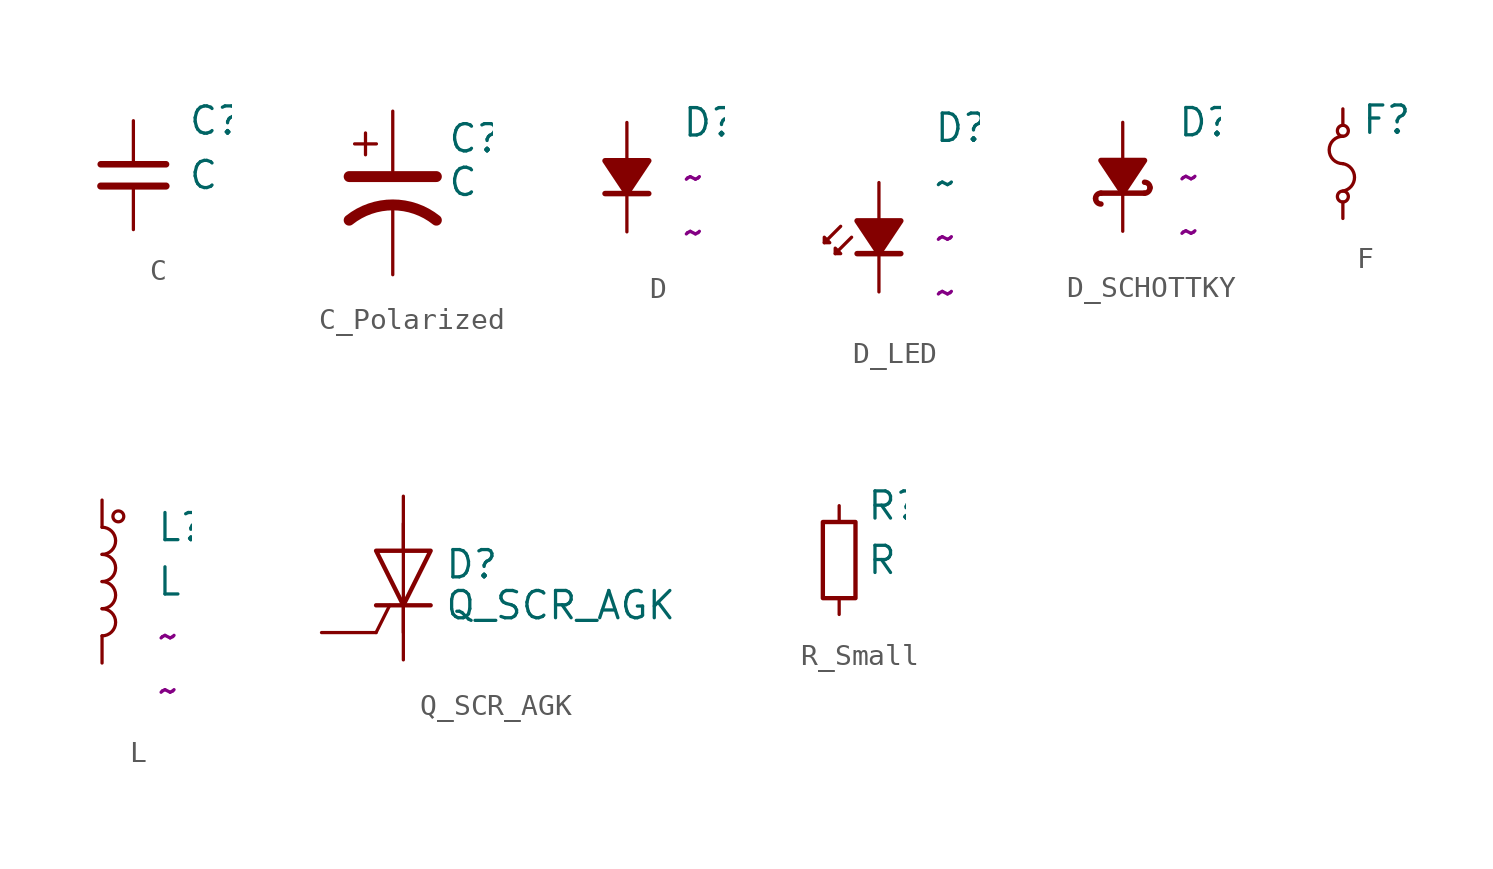
<source format=kicad_sym>
(kicad_symbol_lib
  (version 20231120)
  (generator "kicad_symbol_editor")
  (generator_version "8.0")
  (symbol "C"
    (pin_numbers hide)
    (pin_names
      (offset 0) hide)
    (property "Reference" "C"
      (at 2.54 2.54 0)
      (effects (font (size 1.27 1.27)) (justify left)))
    (property "Value" "C"
      (at 2.54 0 0)
      (effects (font (size 1.27 1.27)) (justify left)))
    (symbol "C_0_1"
      (polyline (pts (xy -1.524 -0.508) (xy 1.524 -0.508)) (stroke (width 0.33) (type default)) (fill (type none)))
      (polyline (pts (xy -1.524 0.508) (xy 1.524 0.508)) (stroke (width 0.305) (type default)) (fill (type none))))
    (symbol "C_1_1"
      (pin passive line (at 0 2.54 270) (length 2.032) (name "~" (effects (font (size 1.27 1.27)))) (number "1" (effects (font (size 1.27 1.27)))))
      (pin passive line (at 0 -2.54 90) (length 2.032) (name "~" (effects (font (size 1.27 1.27)))) (number "2" (effects (font (size 1.27 1.27)))))))
  (symbol "C_Polarized"
    (pin_numbers hide)
    (pin_names
      (offset 0) hide)
    (property "Reference" "C"
      (at 2.54 2.54 0)
      (effects (font (size 1.27 1.27)) (justify left)))
    (property "Value" "C"
      (at 2.54 0.508 0)
      (effects (font (size 1.27 1.27)) (justify left)))
    (property "Manufacturer" ""
      (at 0 0 0)
      (effects (font (size 1.27 1.27)) (justify left)))
    (property "Manufacturer Part Number" ""
      (at 0 0 0)
      (effects (font (size 1.27 1.27)) (justify left)))
    (symbol "C_Polarized_0_1"
      (polyline (pts (xy -2.032 0.762) (xy 2.032 0.762)) (stroke (width 0.508) (type default)) (fill (type none)))
      (polyline (pts (xy -1.778 2.286) (xy -0.762 2.286)) (stroke (width 0) (type default)) (fill (type none)))
      (polyline (pts (xy -1.27 1.778) (xy -1.27 2.794)) (stroke (width 0) (type default)) (fill (type none)))
      (arc (start 2.032 -1.27) (mid 0 -0.5572) (end -2.032 -1.27) (stroke (width 0.508) (type default)) (fill (type none))))
    (symbol "C_Polarized_1_1"
      (pin passive line (at 0 3.81 270) (length 2.794) (name "~" (effects (font (size 1.27 1.27)))) (number "1" (effects (font (size 1.27 1.27)))))
      (pin passive line (at 0 -3.81 90) (length 3.302) (name "~" (effects (font (size 1.27 1.27)))) (number "2" (effects (font (size 1.27 1.27)))))))
  (symbol "D"
    (pin_numbers hide)
    (pin_names
      (offset 0) hide)
    (property "Reference" "D"
      (at 2.54 2.54 0)
      (effects (font (size 1.27 1.27)) (justify left)))
    (property "Manufacturer" "~"
      (at 2.54 -2.54 0)
      (effects (font (size 1.27 1.27)) (justify left)))
    (property "Manufacturer Part Number" "~"
      (at 2.54 0 0)
      (effects (font (size 1.27 1.27)) (justify left)))
    (symbol "D_0_1"
      (polyline (pts (xy 1.016 -0.762) (xy -1.016 -0.762)) (stroke (width 0.254) (type default)) (fill (type none)))
      (polyline (pts (xy 1.016 0.762) (xy 0 -0.762) (xy -1.016 0.762) (xy 1.016 0.762)) (stroke (width 0.254) (type default)) (fill (type outline))))
    (symbol "D_1_1"
      (pin passive line (at 0 -2.54 90) (length 1.778) (name "K" (effects (font (size 1.27 1.27)))) (number "1" (effects (font (size 1.27 1.27)))))
      (pin passive line (at 0 2.54 270) (length 1.778) (name "A" (effects (font (size 1.27 1.27)))) (number "2" (effects (font (size 1.27 1.27)))))))
  (symbol "D_LED"
    (pin_numbers hide)
    (pin_names
      (offset 0) hide)
    (property "Reference" "D"
      (at 2.54 5.08 0)
      (effects (font (size 1.27 1.27)) (justify left)))
    (property "Value" "~"
      (at 2.54 2.54 0)
      (effects (font (size 1.27 1.27)) (justify left)))
    (property "Manufacturer" "~"
      (at 2.54 -2.54 0)
      (effects (font (size 1.27 1.27)) (justify left)))
    (property "Manufacturer Part Number" "~"
      (at 2.54 0 0)
      (effects (font (size 1.27 1.27)) (justify left)))
    (symbol "D_LED_0_1"
      (polyline (pts (xy -1.778 0.508) (xy -2.54 -0.254)) (stroke (width 0) (type default)) (fill (type none)))
      (polyline (pts (xy -1.27 0) (xy -2.032 -0.762)) (stroke (width 0) (type default)) (fill (type none)))
      (polyline (pts (xy 1.016 -0.762) (xy -1.016 -0.762)) (stroke (width 0.254) (type default)) (fill (type none)))
      (polyline (pts (xy -2.54 -0.254) (xy -2.54 0) (xy -2.286 -0.254) (xy -2.54 -0.254)) (stroke (width 0) (type default)) (fill (type none)))
      (polyline (pts (xy -2.032 -0.762) (xy -2.032 -0.508) (xy -1.778 -0.762) (xy -2.032 -0.762)) (stroke (width 0) (type default)) (fill (type none)))
      (polyline (pts (xy 1.016 0.762) (xy 0 -0.762) (xy -1.016 0.762) (xy 1.016 0.762)) (stroke (width 0.254) (type default)) (fill (type outline))))
    (symbol "D_LED_1_1"
      (pin passive line (at 0 -2.54 90) (length 1.778) (name "K" (effects (font (size 1.27 1.27)))) (number "1" (effects (font (size 1.27 1.27)))))
      (pin passive line (at 0 2.54 270) (length 1.778) (name "A" (effects (font (size 1.27 1.27)))) (number "2" (effects (font (size 1.27 1.27)))))))
  (symbol "D_SCHOTTKY"
    (pin_numbers hide)
    (pin_names
      (offset 0) hide)
    (property "Reference" "D"
      (at 2.54 2.54 0)
      (effects (font (size 1.27 1.27)) (justify left)))
    (property "Manufacturer" "~"
      (at 2.54 -2.54 0)
      (effects (font (size 1.27 1.27)) (justify left)))
    (property "Manufacturer Part Number" "~"
      (at 2.54 0 0)
      (effects (font (size 1.27 1.27)) (justify left)))
    (symbol "D_SCHOTTKY_0_1"
      (polyline (pts (xy 1.016 -0.762) (xy -1.016 -0.762)) (stroke (width 0.254) (type default)) (fill (type none)))
      (polyline (pts (xy 1.016 0.762) (xy 0 -0.762) (xy -1.016 0.762) (xy 1.016 0.762)) (stroke (width 0.254) (type default)) (fill (type outline))))
    (symbol "D_SCHOTTKY_1_1"
      (arc (start -1.27 -1.016) (mid -1.1956 -1.1956) (end -1.016 -1.27) (stroke (width 0.254) (type default)) (fill (type none)))
      (arc (start -1.016 -0.762) (mid -1.1956 -0.8364) (end -1.27 -1.016) (stroke (width 0.254) (type default)) (fill (type none)))
      (arc (start 1.016 -0.762) (mid 1.1956 -0.6876) (end 1.27 -0.508) (stroke (width 0.254) (type default)) (fill (type none)))
      (arc (start 1.27 -0.508) (mid 1.1956 -0.3284) (end 1.016 -0.254) (stroke (width 0.254) (type default)) (fill (type none)))
      (pin passive line (at 0 -2.54 90) (length 1.778) (name "K" (effects (font (size 1.27 1.27)))) (number "1" (effects (font (size 1.27 1.27)))))
      (pin passive line (at 0 2.54 270) (length 1.778) (name "A" (effects (font (size 1.27 1.27)))) (number "2" (effects (font (size 1.27 1.27)))))))
  (symbol "F"
    (pin_numbers hide)
    (pin_names
      (offset 0) hide)
    (property "Reference" "F"
      (at 2.032 4.572 0)
      (effects (font (size 1.27 1.27))))
    (property "Value" ""
      (at 0 0 0)
      (effects (font (size 1.27 1.27))))
    (symbol "F_0_1"
      (circle (center 0 1.016) (radius 0.254) (stroke (width 0) (type default)) (fill (type none)))
      (arc (start 0 1.27) (mid 0.5403 1.905) (end 0 2.54) (stroke (width 0) (type default)) (fill (type none)))
      (arc (start 0 3.81) (mid -0.635 3.175) (end 0 2.54) (stroke (width 0) (type default)) (fill (type none)))
      (circle (center 0 4.064) (radius 0.254) (stroke (width 0) (type default)) (fill (type none))))
    (symbol "F_1_1"
      (pin passive line (at 0 5.08 270) (length 0.762) (name "~" (effects (font (size 1.27 1.27)))) (number "1" (effects (font (size 1.27 1.27)))))
      (pin passive line (at 0 0 90) (length 0.762) (name "~" (effects (font (size 1.27 1.27)))) (number "2" (effects (font (size 1.27 1.27)))))))
  (symbol "L"
    (pin_numbers hide)
    (pin_names
      (offset 0) hide)
    (property "Reference" "L"
      (at 2.54 2.54 0)
      (effects (font (size 1.27 1.27)) (justify left)))
    (property "Value" "L"
      (at 2.54 0 0)
      (effects (font (size 1.27 1.27)) (justify left)))
    (property "Manufacturer" "~"
      (at 2.54 -5.08 0)
      (effects (font (size 1.27 1.27)) (justify left)))
    (property "Manufacturer Part Number" "~"
      (at 2.54 -2.54 0)
      (effects (font (size 1.27 1.27)) (justify left)))
    (symbol "L_0_1"
      (arc (start 0 -2.54) (mid 0.6323 -1.905) (end 0 -1.27) (stroke (width 0) (type default)) (fill (type none)))
      (arc (start 0 -1.27) (mid 0.6323 -0.635) (end 0 0) (stroke (width 0) (type default)) (fill (type none)))
      (arc (start 0 0) (mid 0.6323 0.635) (end 0 1.27) (stroke (width 0) (type default)) (fill (type none)))
      (arc (start 0 1.27) (mid 0.6323 1.905) (end 0 2.54) (stroke (width 0) (type default)) (fill (type none)))
      (circle (center 0.762 3.048) (radius 0.254) (stroke (width 0) (type default)) (fill (type none))))
    (symbol "L_1_1"
      (pin passive line (at 0 3.81 270) (length 1.27) (name "1" (effects (font (size 1.27 1.27)))) (number "1" (effects (font (size 1.27 1.27)))))
      (pin passive line (at 0 -3.81 90) (length 1.27) (name "2" (effects (font (size 1.27 1.27)))) (number "2" (effects (font (size 1.27 1.27)))))))
  (symbol "Q_SCR_AGK"
    (pin_numbers hide)
    (pin_names
      (offset 0) hide)
    (property "Reference" "D"
      (at 1.905 0.635 0)
      (effects (font (size 1.27 1.27)) (justify left)))
    (property "Value" "Q_SCR_AGK"
      (at 1.905 -1.27 0)
      (effects (font (size 1.27 1.27)) (justify left)))
    (symbol "Q_SCR_AGK_0_1"
      (polyline (pts (xy -1.27 -2.54) (xy -0.635 -1.27)) (stroke (width 0) (type default)) (fill (type none)))
      (polyline (pts (xy -1.27 -1.27) (xy 1.27 -1.27)) (stroke (width 0.203) (type default)) (fill (type none)))
      (polyline (pts (xy 0 -2.54) (xy 0 2.54)) (stroke (width 0) (type default)) (fill (type none)))
      (polyline (pts (xy -1.27 1.27) (xy 1.27 1.27) (xy 0 -1.27) (xy -1.27 1.27)) (stroke (width 0.203) (type default)) (fill (type none))))
    (symbol "Q_SCR_AGK_1_1"
      (pin passive line (at 0 3.81 270) (length 2.54) (name "A" (effects (font (size 1.27 1.27)))) (number "1" (effects (font (size 1.27 1.27)))))
      (pin input line (at -3.81 -2.54 0) (length 2.54) (name "G" (effects (font (size 1.27 1.27)))) (number "2" (effects (font (size 1.27 1.27)))))
      (pin passive line (at 0 -3.81 90) (length 2.54) (name "K" (effects (font (size 1.27 1.27)))) (number "3" (effects (font (size 1.27 1.27)))))))
  (symbol "R_Small"
    (pin_numbers hide)
    (pin_names
      (offset 0.254) hide)
    (property "Reference" "R"
      (at 1.27 2.54 0)
      (effects (font (size 1.27 1.27)) (justify left)))
    (property "Value" "R"
      (at 1.27 0 0)
      (effects (font (size 1.27 1.27)) (justify left)))
    (symbol "R_Small_0_1"
      (rectangle (start -0.762 1.778) (end 0.762 -1.778) (stroke (width 0.203) (type default)) (fill (type none))))
    (symbol "R_Small_1_1"
      (pin passive line (at 0 2.54 270) (length 0.762) (name "~" (effects (font (size 1.27 1.27)))) (number "1" (effects (font (size 1.27 1.27)))))
      (pin passive line (at 0 -2.54 90) (length 0.762) (name "~" (effects (font (size 1.27 1.27)))) (number "2" (effects (font (size 1.27 1.27))))))))
</source>
